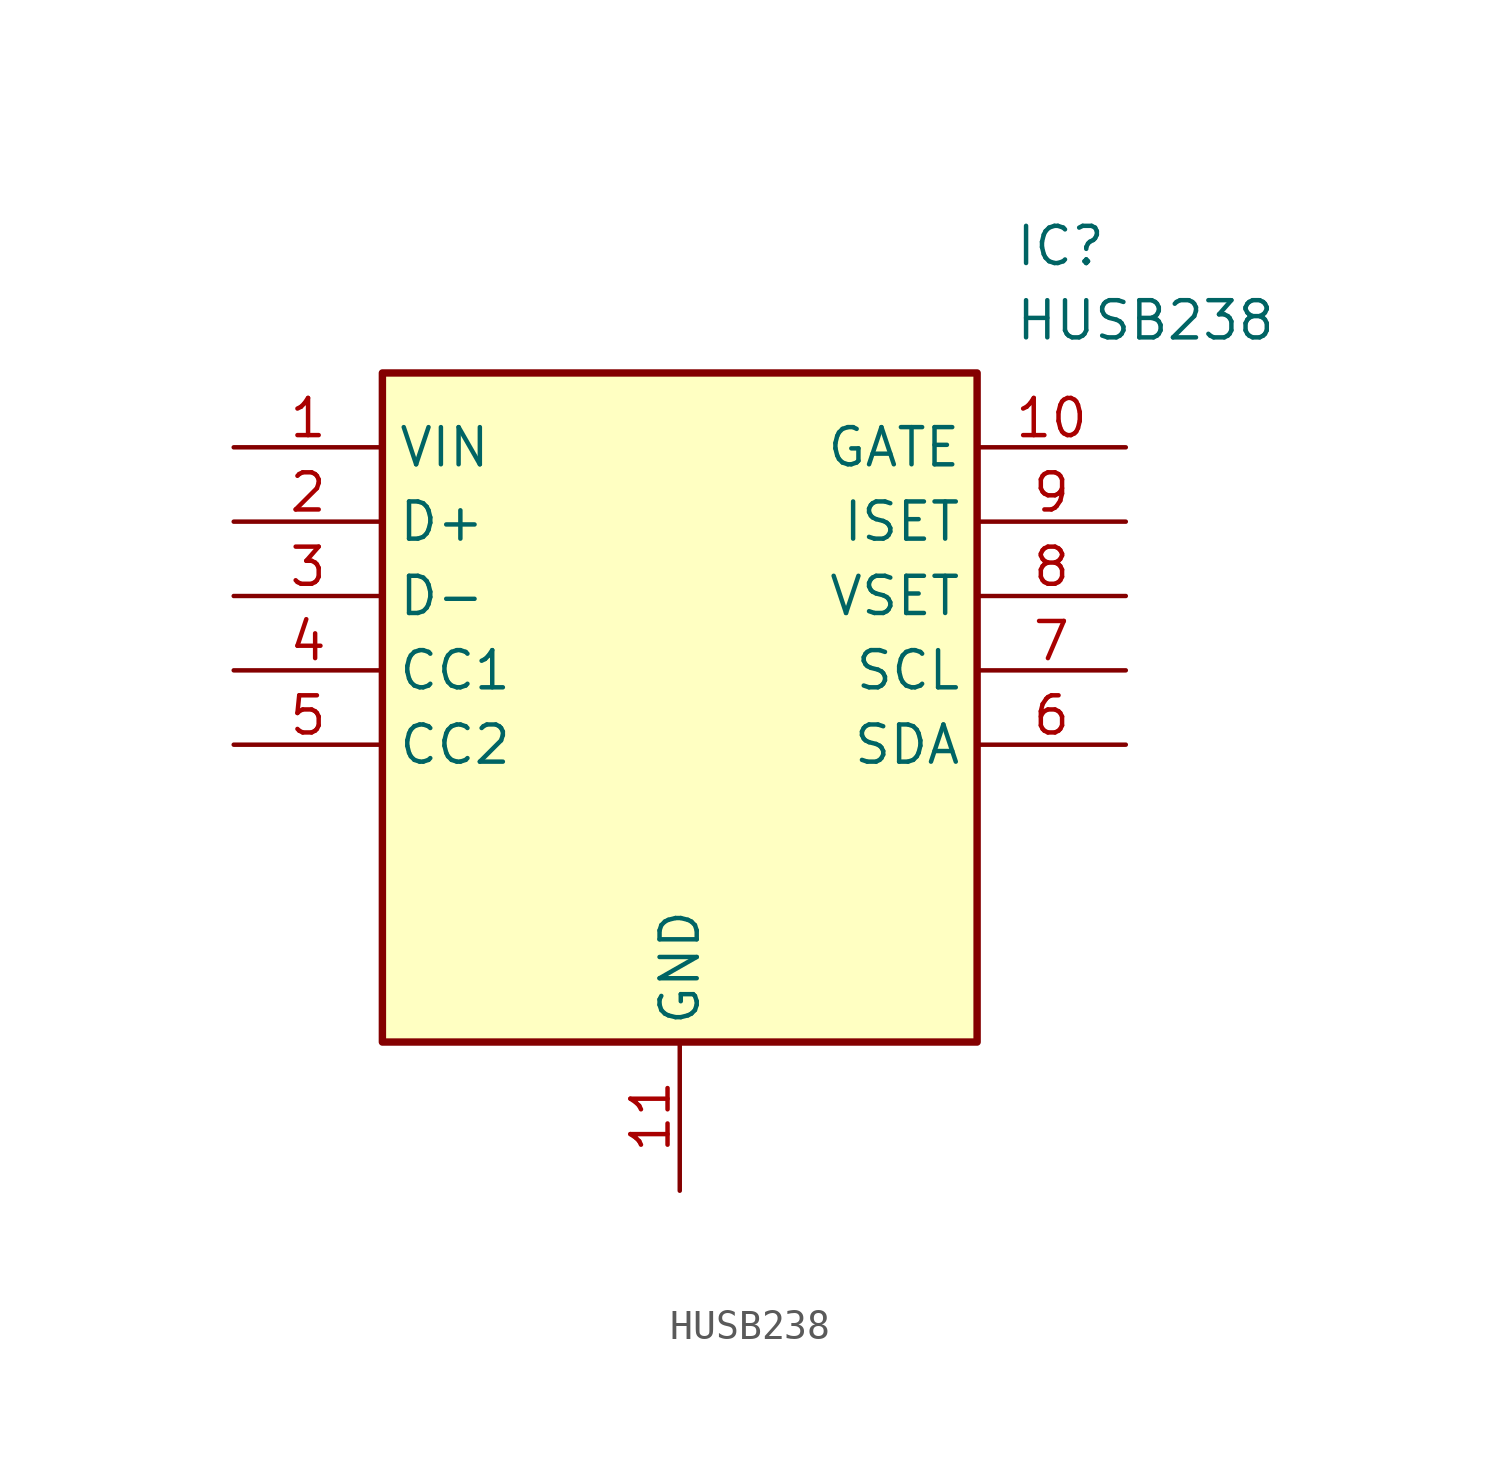
<source format=kicad_sym>
(kicad_symbol_lib
  (version 20211014)
  (generator SamacSys_ECAD_Model)
  (symbol "HUSB238"
    (property "Reference" "IC"
      (at 26.67 7.62 0)
      (effects (font (size 1.27 1.27)) (justify left top)))
    (property "Value" "HUSB238"
      (at 26.67 5.08 0)
      (effects (font (size 1.27 1.27)) (justify left top)))
    (rectangle
      (start 5.08 2.54)
      (end 25.4 -20.32)
      (stroke (width 0.254) (type default))
      (fill (type background)))
    (pin passive line
      (at 0 0 0)
      (length 5.08)
      (name "VIN" (effects (font (size 1.27 1.27))))
      (number "1" (effects (font (size 1.27 1.27)))))
    (pin passive line
      (at 0 -2.54 0)
      (length 5.08)
      (name "D+" (effects (font (size 1.27 1.27))))
      (number "2" (effects (font (size 1.27 1.27)))))
    (pin passive line
      (at 0 -5.08 0)
      (length 5.08)
      (name "D-" (effects (font (size 1.27 1.27))))
      (number "3" (effects (font (size 1.27 1.27)))))
    (pin passive line
      (at 0 -7.62 0)
      (length 5.08)
      (name "CC1" (effects (font (size 1.27 1.27))))
      (number "4" (effects (font (size 1.27 1.27)))))
    (pin passive line
      (at 0 -10.16 0)
      (length 5.08)
      (name "CC2" (effects (font (size 1.27 1.27))))
      (number "5" (effects (font (size 1.27 1.27)))))
    (pin passive line
      (at 15.24 -25.4 90)
      (length 5.08)
      (name "GND" (effects (font (size 1.27 1.27))))
      (number "11" (effects (font (size 1.27 1.27)))))
    (pin passive line
      (at 30.48 0 180)
      (length 5.08)
      (name "GATE" (effects (font (size 1.27 1.27))))
      (number "10" (effects (font (size 1.27 1.27)))))
    (pin passive line
      (at 30.48 -2.54 180)
      (length 5.08)
      (name "ISET" (effects (font (size 1.27 1.27))))
      (number "9" (effects (font (size 1.27 1.27)))))
    (pin passive line
      (at 30.48 -5.08 180)
      (length 5.08)
      (name "VSET" (effects (font (size 1.27 1.27))))
      (number "8" (effects (font (size 1.27 1.27)))))
    (pin passive line
      (at 30.48 -7.62 180)
      (length 5.08)
      (name "SCL" (effects (font (size 1.27 1.27))))
      (number "7" (effects (font (size 1.27 1.27)))))
    (pin passive line
      (at 30.48 -10.16 180)
      (length 5.08)
      (name "SDA" (effects (font (size 1.27 1.27))))
      (number "6" (effects (font (size 1.27 1.27)))))))
</source>
